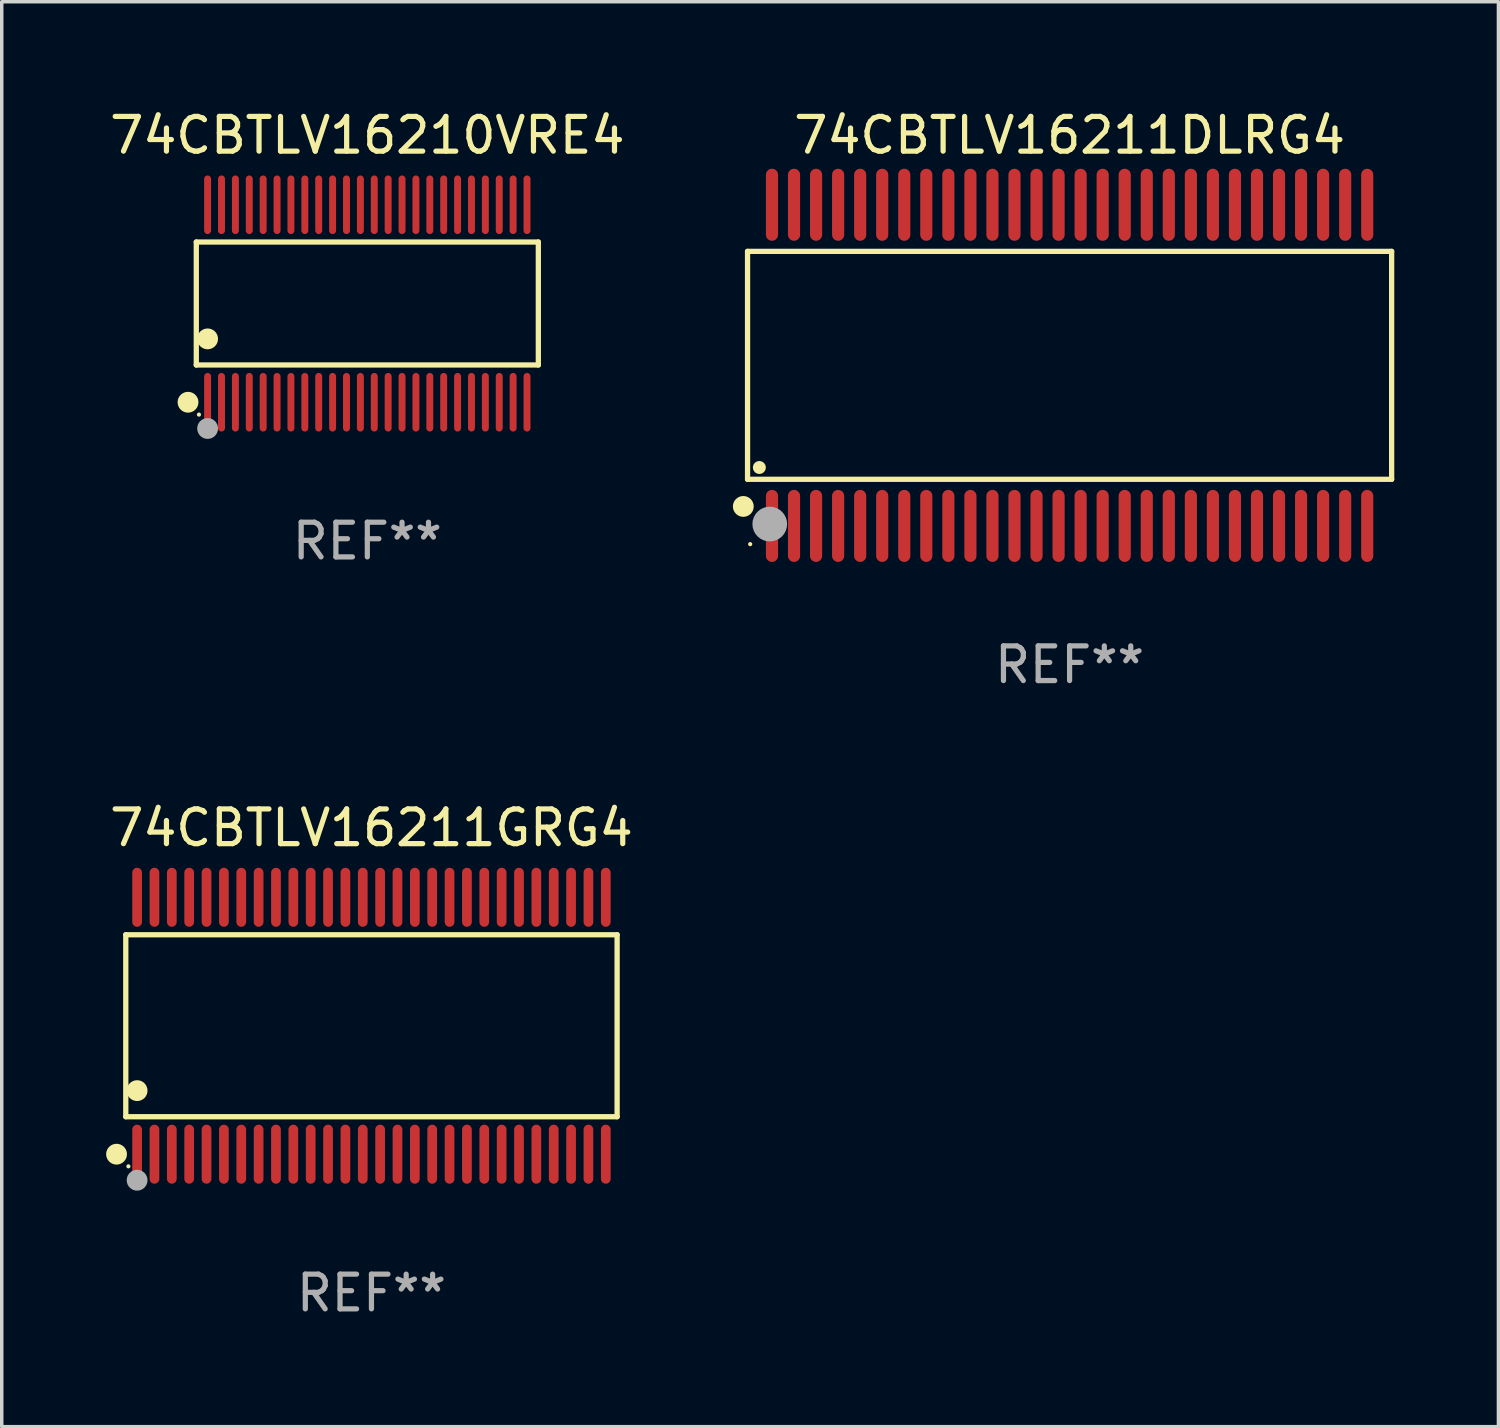
<source format=kicad_pcb>
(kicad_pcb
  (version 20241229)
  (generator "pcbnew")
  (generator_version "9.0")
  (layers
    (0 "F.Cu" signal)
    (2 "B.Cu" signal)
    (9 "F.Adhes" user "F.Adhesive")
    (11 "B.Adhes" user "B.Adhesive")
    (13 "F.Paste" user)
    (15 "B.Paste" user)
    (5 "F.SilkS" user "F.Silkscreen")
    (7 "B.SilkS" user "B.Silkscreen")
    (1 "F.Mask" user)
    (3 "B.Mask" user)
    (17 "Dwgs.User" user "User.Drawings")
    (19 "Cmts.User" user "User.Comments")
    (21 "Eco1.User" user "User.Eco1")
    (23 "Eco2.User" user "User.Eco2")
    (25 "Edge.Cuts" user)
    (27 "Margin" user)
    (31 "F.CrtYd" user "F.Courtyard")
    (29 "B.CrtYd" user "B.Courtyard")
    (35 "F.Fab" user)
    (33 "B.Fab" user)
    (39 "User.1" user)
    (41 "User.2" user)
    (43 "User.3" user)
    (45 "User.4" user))
  (footprint "74CBTLV16211GRG4"
    (layer "F.Cu")
    (at 7.649 26.495)
    (property "Reference" "74CBTLV16211GRG4" (at 0 -5.7 0) (layer "F.SilkS") (effects (font (size 1 1) (thickness 0.15))))
    (attr through_hole)
    (fp_line (start -7.076 -2.621) (end 7.076 -2.621) (stroke (width 0.152) (type solid)) (layer "F.SilkS"))
    (fp_line (start -7.076 2.621) (end -7.076 -2.621) (stroke (width 0.152) (type solid)) (layer "F.SilkS"))
    (fp_line (start 7.076 -2.621) (end 7.076 2.621) (stroke (width 0.152) (type solid)) (layer "F.SilkS"))
    (fp_line (start 7.076 2.621) (end -7.076 2.621) (stroke (width 0.152) (type solid)) (layer "F.SilkS"))
    (fp_circle (center -7.342 3.7) (end -7.192 3.7) (stroke (width 0.3) (type solid)) (fill no) (layer "F.SilkS"))
    (fp_circle (center -7 4.05) (end -6.97 4.05) (stroke (width 0.06) (type solid)) (fill no) (layer "F.SilkS"))
    (fp_circle (center -6.75 1.869) (end -6.6 1.869) (stroke (width 0.3) (type solid)) (fill no) (layer "F.SilkS"))
    (fp_circle (center -6.75 4.45) (end -6.6 4.45) (stroke (width 0.3) (type solid)) (fill no) (layer "F.Fab"))
    (fp_text user "REF**" (at 0 7.7 0) (layer "F.Fab") (effects (font (size 1 1) (thickness 0.15))))
    (pad "1" smd oval (at -6.75 3.7) (size 0.28 1.7) (layers "F.Cu" "F.Mask" "F.Paste"))
    (pad "2" smd oval (at -6.25 3.7) (size 0.28 1.7) (layers "F.Cu" "F.Mask" "F.Paste"))
    (pad "3" smd oval (at -5.75 3.7) (size 0.28 1.7) (layers "F.Cu" "F.Mask" "F.Paste"))
    (pad "4" smd oval (at -5.25 3.7) (size 0.28 1.7) (layers "F.Cu" "F.Mask" "F.Paste"))
    (pad "5" smd oval (at -4.75 3.7) (size 0.28 1.7) (layers "F.Cu" "F.Mask" "F.Paste"))
    (pad "6" smd oval (at -4.25 3.7) (size 0.28 1.7) (layers "F.Cu" "F.Mask" "F.Paste"))
    (pad "7" smd oval (at -3.75 3.7) (size 0.28 1.7) (layers "F.Cu" "F.Mask" "F.Paste"))
    (pad "8" smd oval (at -3.25 3.7) (size 0.28 1.7) (layers "F.Cu" "F.Mask" "F.Paste"))
    (pad "9" smd oval (at -2.75 3.7) (size 0.28 1.7) (layers "F.Cu" "F.Mask" "F.Paste"))
    (pad "10" smd oval (at -2.25 3.7) (size 0.28 1.7) (layers "F.Cu" "F.Mask" "F.Paste"))
    (pad "11" smd oval (at -1.75 3.7) (size 0.28 1.7) (layers "F.Cu" "F.Mask" "F.Paste"))
    (pad "12" smd oval (at -1.25 3.7) (size 0.28 1.7) (layers "F.Cu" "F.Mask" "F.Paste"))
    (pad "13" smd oval (at -0.75 3.7) (size 0.28 1.7) (layers "F.Cu" "F.Mask" "F.Paste"))
    (pad "14" smd oval (at -0.25 3.7) (size 0.28 1.7) (layers "F.Cu" "F.Mask" "F.Paste"))
    (pad "15" smd oval (at 0.25 3.7) (size 0.28 1.7) (layers "F.Cu" "F.Mask" "F.Paste"))
    (pad "16" smd oval (at 0.75 3.7) (size 0.28 1.7) (layers "F.Cu" "F.Mask" "F.Paste"))
    (pad "17" smd oval (at 1.25 3.7) (size 0.28 1.7) (layers "F.Cu" "F.Mask" "F.Paste"))
    (pad "18" smd oval (at 1.75 3.7) (size 0.28 1.7) (layers "F.Cu" "F.Mask" "F.Paste"))
    (pad "19" smd oval (at 2.25 3.7) (size 0.28 1.7) (layers "F.Cu" "F.Mask" "F.Paste"))
    (pad "20" smd oval (at 2.75 3.7) (size 0.28 1.7) (layers "F.Cu" "F.Mask" "F.Paste"))
    (pad "21" smd oval (at 3.25 3.7) (size 0.28 1.7) (layers "F.Cu" "F.Mask" "F.Paste"))
    (pad "22" smd oval (at 3.75 3.7) (size 0.28 1.7) (layers "F.Cu" "F.Mask" "F.Paste"))
    (pad "23" smd oval (at 4.25 3.7) (size 0.28 1.7) (layers "F.Cu" "F.Mask" "F.Paste"))
    (pad "24" smd oval (at 4.75 3.7) (size 0.28 1.7) (layers "F.Cu" "F.Mask" "F.Paste"))
    (pad "25" smd oval (at 5.25 3.7) (size 0.28 1.7) (layers "F.Cu" "F.Mask" "F.Paste"))
    (pad "26" smd oval (at 5.75 3.7) (size 0.28 1.7) (layers "F.Cu" "F.Mask" "F.Paste"))
    (pad "27" smd oval (at 6.25 3.7) (size 0.28 1.7) (layers "F.Cu" "F.Mask" "F.Paste"))
    (pad "28" smd oval (at 6.75 3.7) (size 0.28 1.7) (layers "F.Cu" "F.Mask" "F.Paste"))
    (pad "29" smd oval (at 6.75 -3.7) (size 0.28 1.7) (layers "F.Cu" "F.Mask" "F.Paste"))
    (pad "30" smd oval (at 6.25 -3.7) (size 0.28 1.7) (layers "F.Cu" "F.Mask" "F.Paste"))
    (pad "31" smd oval (at 5.75 -3.7) (size 0.28 1.7) (layers "F.Cu" "F.Mask" "F.Paste"))
    (pad "32" smd oval (at 5.25 -3.7) (size 0.28 1.7) (layers "F.Cu" "F.Mask" "F.Paste"))
    (pad "33" smd oval (at 4.75 -3.7) (size 0.28 1.7) (layers "F.Cu" "F.Mask" "F.Paste"))
    (pad "34" smd oval (at 4.25 -3.7) (size 0.28 1.7) (layers "F.Cu" "F.Mask" "F.Paste"))
    (pad "35" smd oval (at 3.75 -3.7) (size 0.28 1.7) (layers "F.Cu" "F.Mask" "F.Paste"))
    (pad "36" smd oval (at 3.25 -3.7) (size 0.28 1.7) (layers "F.Cu" "F.Mask" "F.Paste"))
    (pad "37" smd oval (at 2.75 -3.7) (size 0.28 1.7) (layers "F.Cu" "F.Mask" "F.Paste"))
    (pad "38" smd oval (at 2.25 -3.7) (size 0.28 1.7) (layers "F.Cu" "F.Mask" "F.Paste"))
    (pad "39" smd oval (at 1.75 -3.7) (size 0.28 1.7) (layers "F.Cu" "F.Mask" "F.Paste"))
    (pad "40" smd oval (at 1.25 -3.7) (size 0.28 1.7) (layers "F.Cu" "F.Mask" "F.Paste"))
    (pad "41" smd oval (at 0.75 -3.7) (size 0.28 1.7) (layers "F.Cu" "F.Mask" "F.Paste"))
    (pad "42" smd oval (at 0.25 -3.7) (size 0.28 1.7) (layers "F.Cu" "F.Mask" "F.Paste"))
    (pad "43" smd oval (at -0.25 -3.7) (size 0.28 1.7) (layers "F.Cu" "F.Mask" "F.Paste"))
    (pad "44" smd oval (at -0.75 -3.7) (size 0.28 1.7) (layers "F.Cu" "F.Mask" "F.Paste"))
    (pad "45" smd oval (at -1.25 -3.7) (size 0.28 1.7) (layers "F.Cu" "F.Mask" "F.Paste"))
    (pad "46" smd oval (at -1.75 -3.7) (size 0.28 1.7) (layers "F.Cu" "F.Mask" "F.Paste"))
    (pad "47" smd oval (at -2.25 -3.7) (size 0.28 1.7) (layers "F.Cu" "F.Mask" "F.Paste"))
    (pad "48" smd oval (at -2.75 -3.7) (size 0.28 1.7) (layers "F.Cu" "F.Mask" "F.Paste"))
    (pad "49" smd oval (at -3.25 -3.7) (size 0.28 1.7) (layers "F.Cu" "F.Mask" "F.Paste"))
    (pad "50" smd oval (at -3.75 -3.7) (size 0.28 1.7) (layers "F.Cu" "F.Mask" "F.Paste"))
    (pad "51" smd oval (at -4.25 -3.7) (size 0.28 1.7) (layers "F.Cu" "F.Mask" "F.Paste"))
    (pad "52" smd oval (at -4.75 -3.7) (size 0.28 1.7) (layers "F.Cu" "F.Mask" "F.Paste"))
    (pad "53" smd oval (at -5.25 -3.7) (size 0.28 1.7) (layers "F.Cu" "F.Mask" "F.Paste"))
    (pad "54" smd oval (at -5.75 -3.7) (size 0.28 1.7) (layers "F.Cu" "F.Mask" "F.Paste"))
    (pad "55" smd oval (at -6.25 -3.7) (size 0.28 1.7) (layers "F.Cu" "F.Mask" "F.Paste"))
    (pad "56" smd oval (at -6.75 -3.7) (size 0.28 1.7) (layers "F.Cu" "F.Mask" "F.Paste")))
  (footprint "74CBTLV16211DLRG4"
    (layer "F.Cu")
    (at 27.758 7.473)
    (property "Reference" "74CBTLV16211DLRG4" (at 0 -6.625 0) (layer "F.SilkS") (effects (font (size 1 1) (thickness 0.15))))
    (attr through_hole)
    (fp_line (start -9.276 -3.283) (end 9.276 -3.283) (stroke (width 0.152) (type solid)) (layer "F.SilkS"))
    (fp_line (start -9.276 3.283) (end -9.276 -3.283) (stroke (width 0.152) (type solid)) (layer "F.SilkS"))
    (fp_line (start 9.276 -3.283) (end 9.276 3.283) (stroke (width 0.152) (type solid)) (layer "F.SilkS"))
    (fp_line (start 9.276 3.283) (end -9.276 3.283) (stroke (width 0.152) (type solid)) (layer "F.SilkS"))
    (fp_circle (center -9.398 4.064) (end -9.248 4.064) (stroke (width 0.3) (type solid)) (fill no) (layer "F.SilkS"))
    (fp_circle (center -9.2 5.15) (end -9.17 5.15) (stroke (width 0.06) (type solid)) (fill no) (layer "F.SilkS"))
    (fp_circle (center -8.936 2.943) (end -8.842 2.943) (stroke (width 0.188) (type solid)) (fill no) (layer "F.SilkS"))
    (fp_circle (center -8.636 4.572) (end -8.386 4.572) (stroke (width 0.5) (type solid)) (fill no) (layer "F.Fab"))
    (fp_text user "REF**" (at 0 8.625 0) (layer "F.Fab") (effects (font (size 1 1) (thickness 0.15))))
    (pad "1" smd oval (at -8.572 4.625 90) (size 2.075 0.35) (layers "F.Cu" "F.Mask" "F.Paste"))
    (pad "2" smd oval (at -7.937 4.625 90) (size 2.075 0.35) (layers "F.Cu" "F.Mask" "F.Paste"))
    (pad "3" smd oval (at -7.302 4.625 90) (size 2.075 0.35) (layers "F.Cu" "F.Mask" "F.Paste"))
    (pad "4" smd oval (at -6.667 4.625 90) (size 2.075 0.35) (layers "F.Cu" "F.Mask" "F.Paste"))
    (pad "5" smd oval (at -6.032 4.625 90) (size 2.075 0.35) (layers "F.Cu" "F.Mask" "F.Paste"))
    (pad "6" smd oval (at -5.397 4.625 90) (size 2.075 0.35) (layers "F.Cu" "F.Mask" "F.Paste"))
    (pad "7" smd oval (at -4.762 4.625 90) (size 2.075 0.35) (layers "F.Cu" "F.Mask" "F.Paste"))
    (pad "8" smd oval (at -4.127 4.625 90) (size 2.075 0.35) (layers "F.Cu" "F.Mask" "F.Paste"))
    (pad "9" smd oval (at -3.492 4.625 90) (size 2.075 0.35) (layers "F.Cu" "F.Mask" "F.Paste"))
    (pad "10" smd oval (at -2.857 4.625 90) (size 2.075 0.35) (layers "F.Cu" "F.Mask" "F.Paste"))
    (pad "11" smd oval (at -2.222 4.625 90) (size 2.075 0.35) (layers "F.Cu" "F.Mask" "F.Paste"))
    (pad "12" smd oval (at -1.587 4.625 90) (size 2.075 0.35) (layers "F.Cu" "F.Mask" "F.Paste"))
    (pad "13" smd oval (at -0.952 4.625 90) (size 2.075 0.35) (layers "F.Cu" "F.Mask" "F.Paste"))
    (pad "14" smd oval (at -0.317 4.625 90) (size 2.075 0.35) (layers "F.Cu" "F.Mask" "F.Paste"))
    (pad "15" smd oval (at 0.318 4.625 90) (size 2.075 0.35) (layers "F.Cu" "F.Mask" "F.Paste"))
    (pad "16" smd oval (at 0.953 4.625 90) (size 2.075 0.35) (layers "F.Cu" "F.Mask" "F.Paste"))
    (pad "17" smd oval (at 1.588 4.625 90) (size 2.075 0.35) (layers "F.Cu" "F.Mask" "F.Paste"))
    (pad "18" smd oval (at 2.223 4.625 90) (size 2.075 0.35) (layers "F.Cu" "F.Mask" "F.Paste"))
    (pad "19" smd oval (at 2.858 4.625 90) (size 2.075 0.35) (layers "F.Cu" "F.Mask" "F.Paste"))
    (pad "20" smd oval (at 3.493 4.625 90) (size 2.075 0.35) (layers "F.Cu" "F.Mask" "F.Paste"))
    (pad "21" smd oval (at 4.128 4.625 90) (size 2.075 0.35) (layers "F.Cu" "F.Mask" "F.Paste"))
    (pad "22" smd oval (at 4.763 4.625 90) (size 2.075 0.35) (layers "F.Cu" "F.Mask" "F.Paste"))
    (pad "23" smd oval (at 5.398 4.625 90) (size 2.075 0.35) (layers "F.Cu" "F.Mask" "F.Paste"))
    (pad "24" smd oval (at 6.033 4.625 90) (size 2.075 0.35) (layers "F.Cu" "F.Mask" "F.Paste"))
    (pad "25" smd oval (at 6.668 4.625 90) (size 2.075 0.35) (layers "F.Cu" "F.Mask" "F.Paste"))
    (pad "26" smd oval (at 7.303 4.625 90) (size 2.075 0.35) (layers "F.Cu" "F.Mask" "F.Paste"))
    (pad "27" smd oval (at 7.938 4.625 90) (size 2.075 0.35) (layers "F.Cu" "F.Mask" "F.Paste"))
    (pad "28" smd oval (at 8.573 4.625 90) (size 2.075 0.35) (layers "F.Cu" "F.Mask" "F.Paste"))
    (pad "29" smd oval (at 8.573 -4.625 90) (size 2.075 0.35) (layers "F.Cu" "F.Mask" "F.Paste"))
    (pad "30" smd oval (at 7.938 -4.625 90) (size 2.075 0.35) (layers "F.Cu" "F.Mask" "F.Paste"))
    (pad "31" smd oval (at 7.303 -4.625 90) (size 2.075 0.35) (layers "F.Cu" "F.Mask" "F.Paste"))
    (pad "32" smd oval (at 6.668 -4.625 90) (size 2.075 0.35) (layers "F.Cu" "F.Mask" "F.Paste"))
    (pad "33" smd oval (at 6.033 -4.625 90) (size 2.075 0.35) (layers "F.Cu" "F.Mask" "F.Paste"))
    (pad "34" smd oval (at 5.398 -4.625 90) (size 2.075 0.35) (layers "F.Cu" "F.Mask" "F.Paste"))
    (pad "35" smd oval (at 4.763 -4.625 90) (size 2.075 0.35) (layers "F.Cu" "F.Mask" "F.Paste"))
    (pad "36" smd oval (at 4.128 -4.625 90) (size 2.075 0.35) (layers "F.Cu" "F.Mask" "F.Paste"))
    (pad "37" smd oval (at 3.493 -4.625 90) (size 2.075 0.35) (layers "F.Cu" "F.Mask" "F.Paste"))
    (pad "38" smd oval (at 2.858 -4.625 90) (size 2.075 0.35) (layers "F.Cu" "F.Mask" "F.Paste"))
    (pad "39" smd oval (at 2.223 -4.625 90) (size 2.075 0.35) (layers "F.Cu" "F.Mask" "F.Paste"))
    (pad "40" smd oval (at 1.588 -4.625 90) (size 2.075 0.35) (layers "F.Cu" "F.Mask" "F.Paste"))
    (pad "41" smd oval (at 0.953 -4.625 90) (size 2.075 0.35) (layers "F.Cu" "F.Mask" "F.Paste"))
    (pad "42" smd oval (at 0.318 -4.625 90) (size 2.075 0.35) (layers "F.Cu" "F.Mask" "F.Paste"))
    (pad "43" smd oval (at -0.317 -4.625 90) (size 2.075 0.35) (layers "F.Cu" "F.Mask" "F.Paste"))
    (pad "44" smd oval (at -0.952 -4.625 90) (size 2.075 0.35) (layers "F.Cu" "F.Mask" "F.Paste"))
    (pad "45" smd oval (at -1.587 -4.625 90) (size 2.075 0.35) (layers "F.Cu" "F.Mask" "F.Paste"))
    (pad "46" smd oval (at -2.222 -4.625 90) (size 2.075 0.35) (layers "F.Cu" "F.Mask" "F.Paste"))
    (pad "47" smd oval (at -2.857 -4.625 90) (size 2.075 0.35) (layers "F.Cu" "F.Mask" "F.Paste"))
    (pad "48" smd oval (at -3.492 -4.625 90) (size 2.075 0.35) (layers "F.Cu" "F.Mask" "F.Paste"))
    (pad "49" smd oval (at -4.127 -4.625 90) (size 2.075 0.35) (layers "F.Cu" "F.Mask" "F.Paste"))
    (pad "50" smd oval (at -4.762 -4.625 90) (size 2.075 0.35) (layers "F.Cu" "F.Mask" "F.Paste"))
    (pad "51" smd oval (at -5.397 -4.625 90) (size 2.075 0.35) (layers "F.Cu" "F.Mask" "F.Paste"))
    (pad "52" smd oval (at -6.032 -4.625 90) (size 2.075 0.35) (layers "F.Cu" "F.Mask" "F.Paste"))
    (pad "53" smd oval (at -6.667 -4.625 90) (size 2.075 0.35) (layers "F.Cu" "F.Mask" "F.Paste"))
    (pad "54" smd oval (at -7.302 -4.625 90) (size 2.075 0.35) (layers "F.Cu" "F.Mask" "F.Paste"))
    (pad "55" smd oval (at -7.937 -4.625 90) (size 2.075 0.35) (layers "F.Cu" "F.Mask" "F.Paste"))
    (pad "56" smd oval (at -8.572 -4.625 90) (size 2.075 0.35) (layers "F.Cu" "F.Mask" "F.Paste")))
  (footprint "74CBTLV16210VRE4"
    (layer "F.Cu")
    (at 7.53 5.692)
    (property "Reference" "74CBTLV16210VRE4" (at 0 -4.844 0) (layer "F.SilkS") (effects (font (size 1 1) (thickness 0.15))))
    (attr through_hole)
    (fp_line (start -4.926 -1.771) (end 4.926 -1.771) (stroke (width 0.152) (type solid)) (layer "F.SilkS"))
    (fp_line (start -4.926 1.771) (end -4.926 -1.771) (stroke (width 0.152) (type solid)) (layer "F.SilkS"))
    (fp_line (start 4.926 -1.771) (end 4.926 1.771) (stroke (width 0.152) (type solid)) (layer "F.SilkS"))
    (fp_line (start 4.926 1.771) (end -4.926 1.771) (stroke (width 0.152) (type solid)) (layer "F.SilkS"))
    (fp_circle (center -5.164 2.844) (end -5.014 2.844) (stroke (width 0.3) (type solid)) (fill no) (layer "F.SilkS"))
    (fp_circle (center -4.85 3.2) (end -4.82 3.2) (stroke (width 0.06) (type solid)) (fill no) (layer "F.SilkS"))
    (fp_circle (center -4.6 1.019) (end -4.45 1.019) (stroke (width 0.3) (type solid)) (fill no) (layer "F.SilkS"))
    (fp_circle (center -4.6 3.6) (end -4.45 3.6) (stroke (width 0.3) (type solid)) (fill no) (layer "F.Fab"))
    (fp_text user "REF**" (at 0 6.844 0) (layer "F.Fab") (effects (font (size 1 1) (thickness 0.15))))
    (pad "1" smd oval (at -4.6 2.844) (size 0.2 1.687) (layers "F.Cu" "F.Mask" "F.Paste"))
    (pad "2" smd oval (at -4.2 2.844) (size 0.2 1.687) (layers "F.Cu" "F.Mask" "F.Paste"))
    (pad "3" smd oval (at -3.8 2.844) (size 0.2 1.687) (layers "F.Cu" "F.Mask" "F.Paste"))
    (pad "4" smd oval (at -3.4 2.844) (size 0.2 1.687) (layers "F.Cu" "F.Mask" "F.Paste"))
    (pad "5" smd oval (at -3 2.844) (size 0.2 1.687) (layers "F.Cu" "F.Mask" "F.Paste"))
    (pad "6" smd oval (at -2.6 2.844) (size 0.2 1.687) (layers "F.Cu" "F.Mask" "F.Paste"))
    (pad "7" smd oval (at -2.2 2.844) (size 0.2 1.687) (layers "F.Cu" "F.Mask" "F.Paste"))
    (pad "8" smd oval (at -1.8 2.844) (size 0.2 1.687) (layers "F.Cu" "F.Mask" "F.Paste"))
    (pad "9" smd oval (at -1.4 2.844) (size 0.2 1.687) (layers "F.Cu" "F.Mask" "F.Paste"))
    (pad "10" smd oval (at -1 2.844) (size 0.2 1.687) (layers "F.Cu" "F.Mask" "F.Paste"))
    (pad "11" smd oval (at -0.6 2.844) (size 0.2 1.687) (layers "F.Cu" "F.Mask" "F.Paste"))
    (pad "12" smd oval (at -0.2 2.844) (size 0.2 1.687) (layers "F.Cu" "F.Mask" "F.Paste"))
    (pad "13" smd oval (at 0.2 2.844) (size 0.2 1.687) (layers "F.Cu" "F.Mask" "F.Paste"))
    (pad "14" smd oval (at 0.6 2.844) (size 0.2 1.687) (layers "F.Cu" "F.Mask" "F.Paste"))
    (pad "15" smd oval (at 1 2.844) (size 0.2 1.687) (layers "F.Cu" "F.Mask" "F.Paste"))
    (pad "16" smd oval (at 1.4 2.844) (size 0.2 1.687) (layers "F.Cu" "F.Mask" "F.Paste"))
    (pad "17" smd oval (at 1.8 2.844) (size 0.2 1.687) (layers "F.Cu" "F.Mask" "F.Paste"))
    (pad "18" smd oval (at 2.2 2.844) (size 0.2 1.687) (layers "F.Cu" "F.Mask" "F.Paste"))
    (pad "19" smd oval (at 2.6 2.844) (size 0.2 1.687) (layers "F.Cu" "F.Mask" "F.Paste"))
    (pad "20" smd oval (at 3 2.844) (size 0.2 1.687) (layers "F.Cu" "F.Mask" "F.Paste"))
    (pad "21" smd oval (at 3.4 2.844) (size 0.2 1.687) (layers "F.Cu" "F.Mask" "F.Paste"))
    (pad "22" smd oval (at 3.8 2.844) (size 0.2 1.687) (layers "F.Cu" "F.Mask" "F.Paste"))
    (pad "23" smd oval (at 4.2 2.844) (size 0.2 1.687) (layers "F.Cu" "F.Mask" "F.Paste"))
    (pad "24" smd oval (at 4.6 2.844) (size 0.2 1.687) (layers "F.Cu" "F.Mask" "F.Paste"))
    (pad "25" smd oval (at 4.6 -2.844) (size 0.2 1.687) (layers "F.Cu" "F.Mask" "F.Paste"))
    (pad "26" smd oval (at 4.2 -2.844) (size 0.2 1.687) (layers "F.Cu" "F.Mask" "F.Paste"))
    (pad "27" smd oval (at 3.8 -2.844) (size 0.2 1.687) (layers "F.Cu" "F.Mask" "F.Paste"))
    (pad "28" smd oval (at 3.4 -2.844) (size 0.2 1.687) (layers "F.Cu" "F.Mask" "F.Paste"))
    (pad "29" smd oval (at 3 -2.844) (size 0.2 1.687) (layers "F.Cu" "F.Mask" "F.Paste"))
    (pad "30" smd oval (at 2.6 -2.844) (size 0.2 1.687) (layers "F.Cu" "F.Mask" "F.Paste"))
    (pad "31" smd oval (at 2.2 -2.844) (size 0.2 1.687) (layers "F.Cu" "F.Mask" "F.Paste"))
    (pad "32" smd oval (at 1.8 -2.844) (size 0.2 1.687) (layers "F.Cu" "F.Mask" "F.Paste"))
    (pad "33" smd oval (at 1.4 -2.844) (size 0.2 1.687) (layers "F.Cu" "F.Mask" "F.Paste"))
    (pad "34" smd oval (at 1 -2.844) (size 0.2 1.687) (layers "F.Cu" "F.Mask" "F.Paste"))
    (pad "35" smd oval (at 0.6 -2.844) (size 0.2 1.687) (layers "F.Cu" "F.Mask" "F.Paste"))
    (pad "36" smd oval (at 0.2 -2.844) (size 0.2 1.687) (layers "F.Cu" "F.Mask" "F.Paste"))
    (pad "37" smd oval (at -0.2 -2.844) (size 0.2 1.687) (layers "F.Cu" "F.Mask" "F.Paste"))
    (pad "38" smd oval (at -0.6 -2.844) (size 0.2 1.687) (layers "F.Cu" "F.Mask" "F.Paste"))
    (pad "39" smd oval (at -1 -2.844) (size 0.2 1.687) (layers "F.Cu" "F.Mask" "F.Paste"))
    (pad "40" smd oval (at -1.4 -2.844) (size 0.2 1.687) (layers "F.Cu" "F.Mask" "F.Paste"))
    (pad "41" smd oval (at -1.8 -2.844) (size 0.2 1.687) (layers "F.Cu" "F.Mask" "F.Paste"))
    (pad "42" smd oval (at -2.2 -2.844) (size 0.2 1.687) (layers "F.Cu" "F.Mask" "F.Paste"))
    (pad "43" smd oval (at -2.6 -2.844) (size 0.2 1.687) (layers "F.Cu" "F.Mask" "F.Paste"))
    (pad "44" smd oval (at -3 -2.844) (size 0.2 1.687) (layers "F.Cu" "F.Mask" "F.Paste"))
    (pad "45" smd oval (at -3.4 -2.844) (size 0.2 1.687) (layers "F.Cu" "F.Mask" "F.Paste"))
    (pad "46" smd oval (at -3.8 -2.844) (size 0.2 1.687) (layers "F.Cu" "F.Mask" "F.Paste"))
    (pad "47" smd oval (at -4.2 -2.844) (size 0.2 1.687) (layers "F.Cu" "F.Mask" "F.Paste"))
    (pad "48" smd oval (at -4.6 -2.844) (size 0.2 1.687) (layers "F.Cu" "F.Mask" "F.Paste")))
  (gr_rect
    (start -3 -3)
    (end 40.11 38.043)
    (stroke (width 0.1) (type default))
    (fill no)
    (layer "Edge.Cuts")))
</source>
